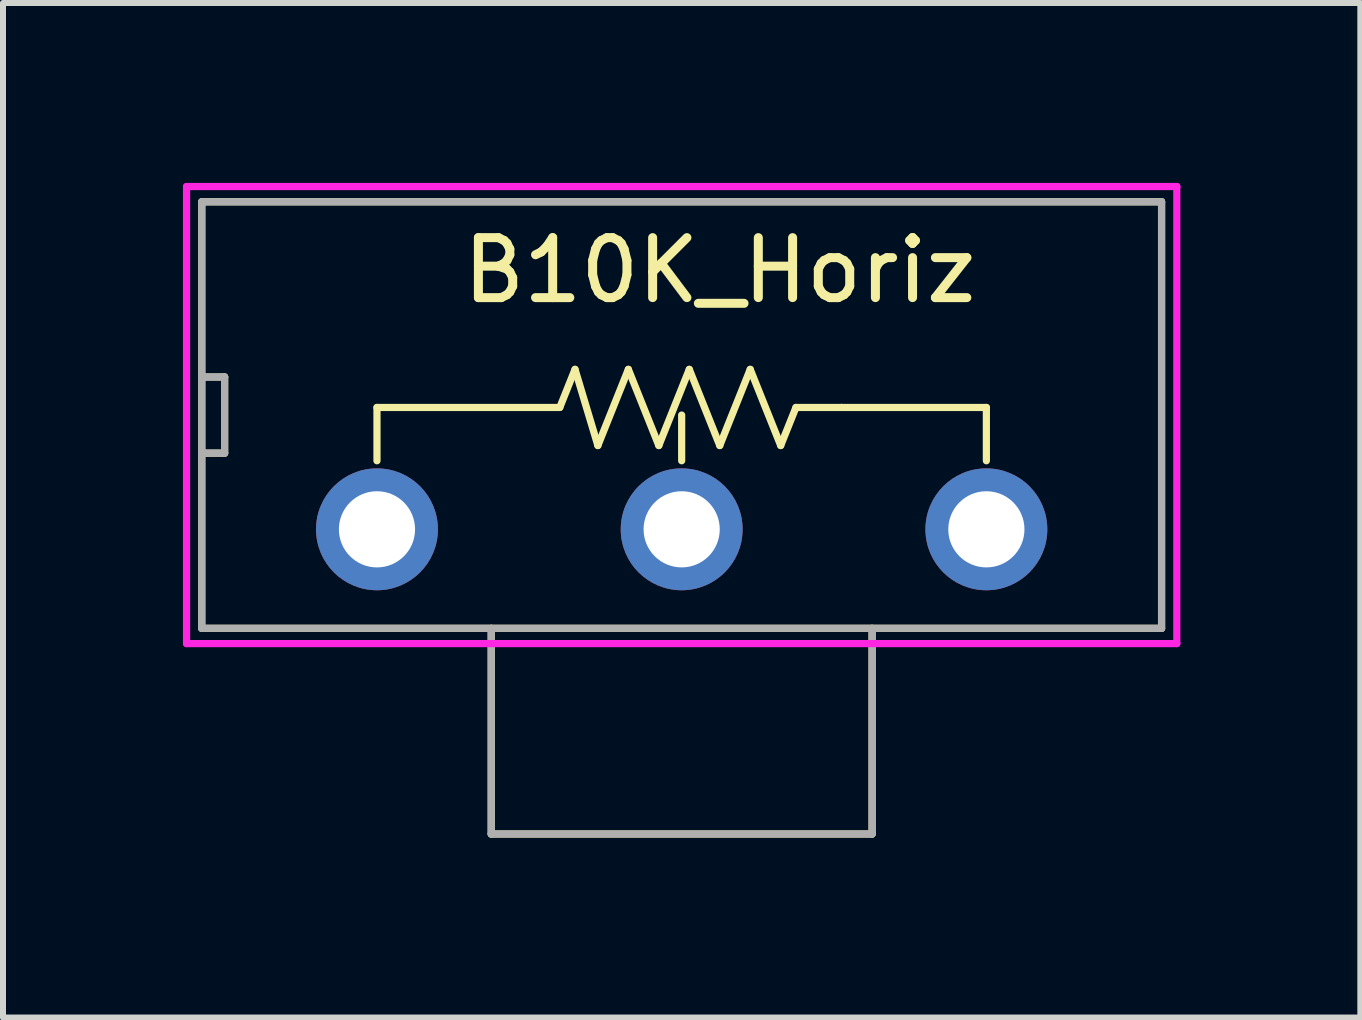
<source format=kicad_pcb>
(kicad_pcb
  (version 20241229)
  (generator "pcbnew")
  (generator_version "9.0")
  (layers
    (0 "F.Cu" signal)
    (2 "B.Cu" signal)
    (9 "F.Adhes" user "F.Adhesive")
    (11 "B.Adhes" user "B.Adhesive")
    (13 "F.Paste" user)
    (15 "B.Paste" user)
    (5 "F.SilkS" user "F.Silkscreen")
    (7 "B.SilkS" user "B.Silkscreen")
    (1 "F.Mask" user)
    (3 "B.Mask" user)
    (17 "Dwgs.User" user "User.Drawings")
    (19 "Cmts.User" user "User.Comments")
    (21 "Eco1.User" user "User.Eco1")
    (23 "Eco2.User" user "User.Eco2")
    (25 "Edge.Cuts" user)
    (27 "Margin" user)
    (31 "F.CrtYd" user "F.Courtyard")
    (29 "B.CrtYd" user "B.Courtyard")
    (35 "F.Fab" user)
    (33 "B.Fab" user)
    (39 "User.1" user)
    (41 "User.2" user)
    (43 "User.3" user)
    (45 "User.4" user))
  (footprint "B10K_Horiz"
    (layer "F.Cu")
    (at 8.315 5.775)
    (property "Reference" "B10K_Horiz" (at 0.635 -4.318 0) (layer "F.SilkS") (effects (font (size 1 1) (thickness 0.15))))
    (attr through_hole)
    (fp_line (start -8.001 -5.461) (end -8.001 1.651) (stroke (width 0.12) (type solid)) (layer "F.SilkS"))
    (fp_line (start -8.001 -1.27) (end -7.62 -1.27) (stroke (width 0.12) (type solid)) (layer "F.SilkS"))
    (fp_line (start -8.001 1.651) (end 8.001 1.651) (stroke (width 0.12) (type solid)) (layer "F.SilkS"))
    (fp_line (start -7.62 -2.54) (end -8.001 -2.54) (stroke (width 0.12) (type solid)) (layer "F.SilkS"))
    (fp_line (start -7.62 -1.27) (end -7.62 -2.54) (stroke (width 0.12) (type solid)) (layer "F.SilkS"))
    (fp_line (start -5.08 -2.032) (end -5.08 -1.143) (stroke (width 0.12) (type solid)) (layer "F.SilkS"))
    (fp_line (start -3.175 1.651) (end -3.175 5.08) (stroke (width 0.12) (type solid)) (layer "F.SilkS"))
    (fp_line (start -3.175 5.08) (end 3.175 5.08) (stroke (width 0.12) (type solid)) (layer "F.SilkS"))
    (fp_line (start -2.032 -2.032) (end -5.08 -2.032) (stroke (width 0.12) (type solid)) (layer "F.SilkS"))
    (fp_line (start -1.778 -2.667) (end -2.032 -2.032) (stroke (width 0.12) (type solid)) (layer "F.SilkS"))
    (fp_line (start -1.397 -1.397) (end -1.778 -2.667) (stroke (width 0.12) (type solid)) (layer "F.SilkS"))
    (fp_line (start -0.889 -2.667) (end -1.397 -1.397) (stroke (width 0.12) (type solid)) (layer "F.SilkS"))
    (fp_line (start -0.381 -1.397) (end -0.889 -2.667) (stroke (width 0.12) (type solid)) (layer "F.SilkS"))
    (fp_line (start 0 -1.143) (end 0 -1.905) (stroke (width 0.12) (type solid)) (layer "F.SilkS"))
    (fp_line (start 0.127 -2.667) (end -0.381 -1.397) (stroke (width 0.12) (type solid)) (layer "F.SilkS"))
    (fp_line (start 0.635 -1.397) (end 0.127 -2.667) (stroke (width 0.12) (type solid)) (layer "F.SilkS"))
    (fp_line (start 1.143 -2.667) (end 0.635 -1.397) (stroke (width 0.12) (type solid)) (layer "F.SilkS"))
    (fp_line (start 1.651 -1.397) (end 1.143 -2.667) (stroke (width 0.12) (type solid)) (layer "F.SilkS"))
    (fp_line (start 1.905 -2.032) (end 1.651 -1.397) (stroke (width 0.12) (type solid)) (layer "F.SilkS"))
    (fp_line (start 2.667 -2.032) (end 1.905 -2.032) (stroke (width 0.12) (type solid)) (layer "F.SilkS"))
    (fp_line (start 3.175 5.08) (end 3.175 1.651) (stroke (width 0.12) (type solid)) (layer "F.SilkS"))
    (fp_line (start 5.08 -2.032) (end 2.667 -2.032) (stroke (width 0.12) (type solid)) (layer "F.SilkS"))
    (fp_line (start 5.08 -1.143) (end 5.08 -2.032) (stroke (width 0.12) (type solid)) (layer "F.SilkS"))
    (fp_line (start 8.001 -5.461) (end -8.001 -5.461) (stroke (width 0.12) (type solid)) (layer "F.SilkS"))
    (fp_line (start 8.001 1.651) (end 8.001 -5.461) (stroke (width 0.12) (type solid)) (layer "F.SilkS"))
    (fp_line (start -8.255 -5.715) (end -8.255 1.905) (stroke (width 0.12) (type solid)) (layer "F.CrtYd"))
    (fp_line (start -8.255 1.905) (end 8.255 1.905) (stroke (width 0.12) (type solid)) (layer "F.CrtYd"))
    (fp_line (start 8.255 -5.715) (end -8.255 -5.715) (stroke (width 0.12) (type solid)) (layer "F.CrtYd"))
    (fp_line (start 8.255 1.905) (end 8.255 -5.715) (stroke (width 0.12) (type solid)) (layer "F.CrtYd"))
    (fp_line (start -8.001 -5.461) (end -8.001 1.651) (stroke (width 0.12) (type solid)) (layer "F.Fab"))
    (fp_line (start -8.001 -2.54) (end -7.62 -2.54) (stroke (width 0.12) (type solid)) (layer "F.Fab"))
    (fp_line (start -8.001 1.651) (end 8.001 1.651) (stroke (width 0.12) (type solid)) (layer "F.Fab"))
    (fp_line (start -7.62 -2.54) (end -7.62 -1.27) (stroke (width 0.12) (type solid)) (layer "F.Fab"))
    (fp_line (start -7.62 -1.27) (end -8.001 -1.27) (stroke (width 0.12) (type solid)) (layer "F.Fab"))
    (fp_line (start -3.175 1.651) (end -3.175 5.08) (stroke (width 0.12) (type solid)) (layer "F.Fab"))
    (fp_line (start -3.175 5.08) (end 3.175 5.08) (stroke (width 0.12) (type solid)) (layer "F.Fab"))
    (fp_line (start 3.175 5.08) (end 3.175 1.651) (stroke (width 0.12) (type solid)) (layer "F.Fab"))
    (fp_line (start 8.001 -5.461) (end -8.001 -5.461) (stroke (width 0.12) (type solid)) (layer "F.Fab"))
    (fp_line (start 8.001 1.651) (end 8.001 -5.461) (stroke (width 0.12) (type solid)) (layer "F.Fab"))
    (pad "1" thru_hole circle (at -5.08 0) (size 2.032 2.032) (drill 1.27) (layers "*.Cu" "*.Mask"))
    (pad "2" thru_hole circle (at 0 0) (size 2.032 2.032) (drill 1.27) (layers "*.Cu" "*.Mask"))
    (pad "3" thru_hole circle (at 5.08 0) (size 2.032 2.032) (drill 1.27) (layers "*.Cu" "*.Mask")))
  (gr_rect
    (start -3 -3)
    (end 19.63 13.915)
    (stroke (width 0.1) (type default))
    (fill no)
    (layer "Edge.Cuts")))
</source>
